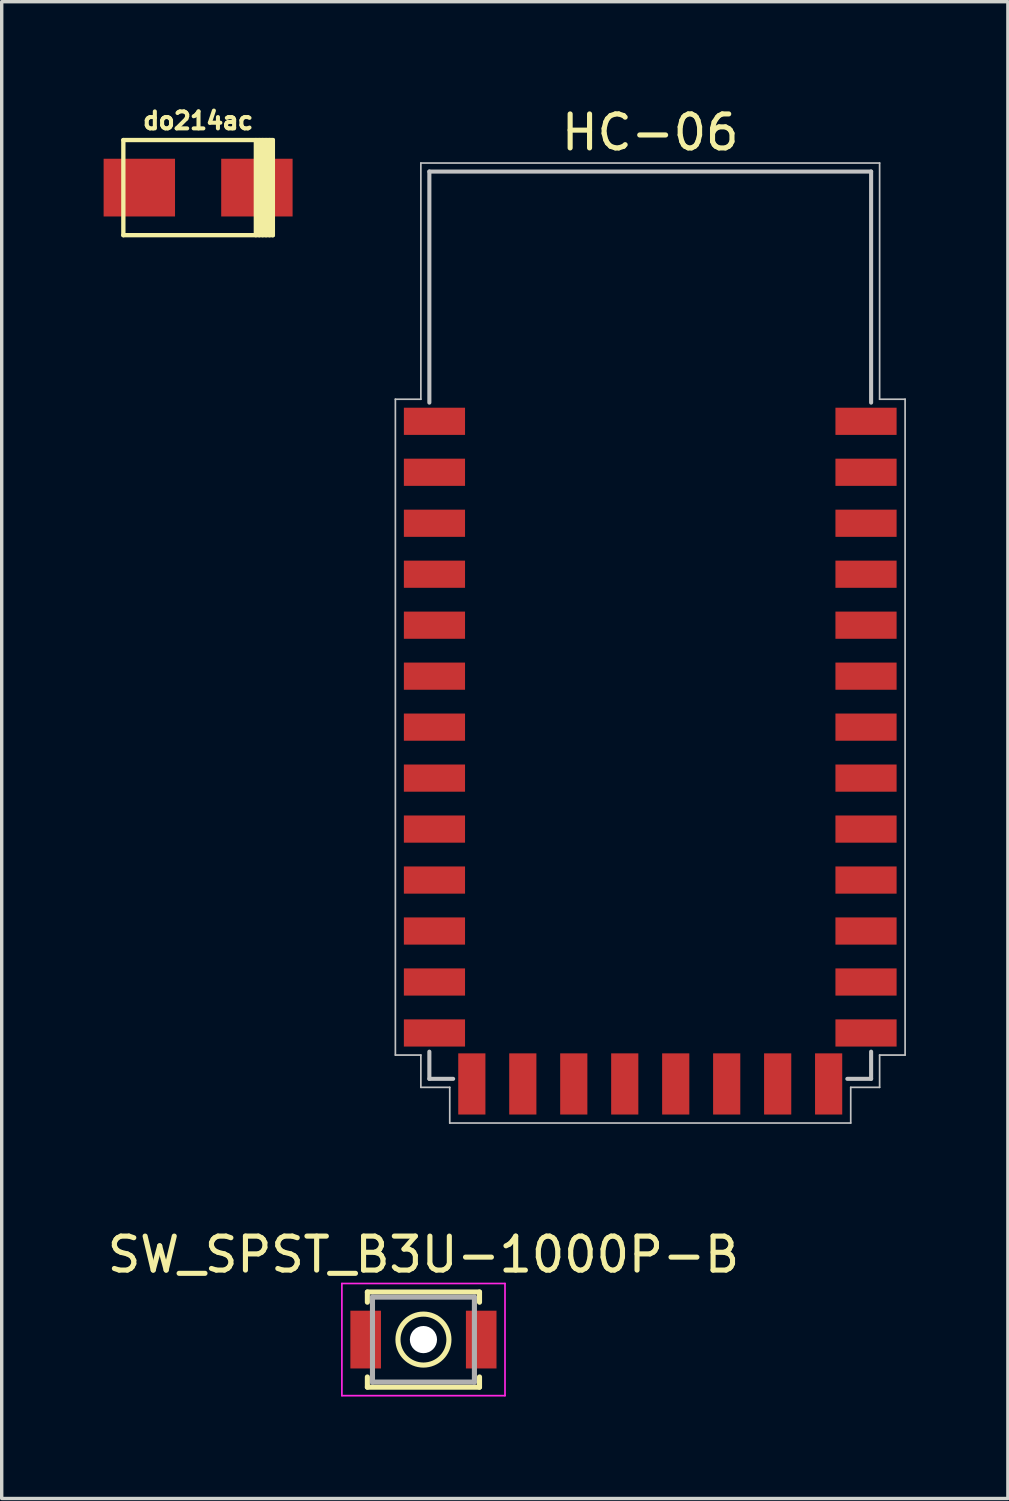
<source format=kicad_pcb>
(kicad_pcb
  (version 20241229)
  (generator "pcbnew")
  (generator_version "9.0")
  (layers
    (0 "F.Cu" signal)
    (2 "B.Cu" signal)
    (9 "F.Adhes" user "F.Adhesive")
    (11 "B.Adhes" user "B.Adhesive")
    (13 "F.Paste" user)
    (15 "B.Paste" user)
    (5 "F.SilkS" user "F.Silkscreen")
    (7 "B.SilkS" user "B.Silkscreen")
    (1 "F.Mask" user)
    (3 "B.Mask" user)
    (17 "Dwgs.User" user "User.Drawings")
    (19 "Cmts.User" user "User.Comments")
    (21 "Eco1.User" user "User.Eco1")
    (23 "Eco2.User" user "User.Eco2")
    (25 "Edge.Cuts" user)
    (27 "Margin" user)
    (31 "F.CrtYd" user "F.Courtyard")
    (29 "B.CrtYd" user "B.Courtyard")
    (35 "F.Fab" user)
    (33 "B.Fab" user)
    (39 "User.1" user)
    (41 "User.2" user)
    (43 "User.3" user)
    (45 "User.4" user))
  (footprint "HC-06"
    (layer "F.Cu")
    (at 16.085 15.348)
    (property "Reference" "HC-06" (at 0 -14.5 0) (layer "F.SilkS") (effects (font (size 1 1) (thickness 0.15))))
    (attr through_hole)
    (fp_line (start -7.5 12.65) (end -7.5 -6.65) (stroke (width 0.05) (type solid)) (layer "Dwgs.User"))
    (fp_line (start -7.5 12.65) (end -6.75 12.65) (stroke (width 0.05) (type solid)) (layer "Dwgs.User"))
    (fp_line (start -6.75 -13.6) (end -6.75 -6.65) (stroke (width 0.05) (type solid)) (layer "Dwgs.User"))
    (fp_line (start -6.75 -6.65) (end -7.5 -6.65) (stroke (width 0.05) (type solid)) (layer "Dwgs.User"))
    (fp_line (start -6.75 12.65) (end -6.75 13.6) (stroke (width 0.05) (type solid)) (layer "Dwgs.User"))
    (fp_line (start -6.75 13.6) (end -5.9 13.6) (stroke (width 0.05) (type solid)) (layer "Dwgs.User"))
    (fp_line (start -6.5 -13.35) (end 6.5 -13.35) (stroke (width 0.12) (type solid)) (layer "Dwgs.User"))
    (fp_line (start -6.5 -6.55) (end -6.5 -13.35) (stroke (width 0.12) (type solid)) (layer "Dwgs.User"))
    (fp_line (start -6.5 12.55) (end -6.5 13.35) (stroke (width 0.12) (type solid)) (layer "Dwgs.User"))
    (fp_line (start -6.5 13.35) (end -5.8 13.35) (stroke (width 0.12) (type solid)) (layer "Dwgs.User"))
    (fp_line (start -5.9 13.6) (end -5.9 14.65) (stroke (width 0.05) (type solid)) (layer "Dwgs.User"))
    (fp_line (start 5.8 13.35) (end 6.5 13.35) (stroke (width 0.12) (type solid)) (layer "Dwgs.User"))
    (fp_line (start 5.9 13.6) (end 6.75 13.6) (stroke (width 0.05) (type solid)) (layer "Dwgs.User"))
    (fp_line (start 5.9 14.65) (end -5.9 14.65) (stroke (width 0.05) (type solid)) (layer "Dwgs.User"))
    (fp_line (start 5.9 14.65) (end 5.9 13.6) (stroke (width 0.05) (type solid)) (layer "Dwgs.User"))
    (fp_line (start 6.5 -13.35) (end 6.5 -6.55) (stroke (width 0.12) (type solid)) (layer "Dwgs.User"))
    (fp_line (start 6.5 13.35) (end 6.5 12.55) (stroke (width 0.12) (type solid)) (layer "Dwgs.User"))
    (fp_line (start 6.75 -13.6) (end -6.75 -13.6) (stroke (width 0.05) (type solid)) (layer "Dwgs.User"))
    (fp_line (start 6.75 -6.65) (end 6.75 -13.6) (stroke (width 0.05) (type solid)) (layer "Dwgs.User"))
    (fp_line (start 6.75 12.65) (end 7.5 12.65) (stroke (width 0.05) (type solid)) (layer "Dwgs.User"))
    (fp_line (start 6.75 13.6) (end 6.75 12.65) (stroke (width 0.05) (type solid)) (layer "Dwgs.User"))
    (fp_line (start 7.5 -6.65) (end 6.75 -6.65) (stroke (width 0.05) (type solid)) (layer "Dwgs.User"))
    (fp_line (start 7.5 -6.65) (end 7.5 12.65) (stroke (width 0.05) (type solid)) (layer "Dwgs.User"))
    (pad "1" smd rect (at -6.35 -6) (size 1.8 0.8) (layers "F.Cu" "F.Mask" "F.Paste"))
    (pad "2" smd rect (at -6.35 -4.5) (size 1.8 0.8) (layers "F.Cu" "F.Mask" "F.Paste"))
    (pad "3" smd rect (at -6.35 -3) (size 1.8 0.8) (layers "F.Cu" "F.Mask" "F.Paste"))
    (pad "4" smd rect (at -6.35 -1.5) (size 1.8 0.8) (layers "F.Cu" "F.Mask" "F.Paste"))
    (pad "5" smd rect (at -6.35 0) (size 1.8 0.8) (layers "F.Cu" "F.Mask" "F.Paste"))
    (pad "6" smd rect (at -6.35 1.5) (size 1.8 0.8) (layers "F.Cu" "F.Mask" "F.Paste"))
    (pad "7" smd rect (at -6.35 3) (size 1.8 0.8) (layers "F.Cu" "F.Mask" "F.Paste"))
    (pad "8" smd rect (at -6.35 4.5) (size 1.8 0.8) (layers "F.Cu" "F.Mask" "F.Paste"))
    (pad "9" smd rect (at -6.35 6) (size 1.8 0.8) (layers "F.Cu" "F.Mask" "F.Paste"))
    (pad "10" smd rect (at -6.35 7.5) (size 1.8 0.8) (layers "F.Cu" "F.Mask" "F.Paste"))
    (pad "11" smd rect (at -6.35 9) (size 1.8 0.8) (layers "F.Cu" "F.Mask" "F.Paste"))
    (pad "12" smd rect (at -6.35 10.5) (size 1.8 0.8) (layers "F.Cu" "F.Mask" "F.Paste"))
    (pad "13" smd rect (at -6.35 12) (size 1.8 0.8) (layers "F.Cu" "F.Mask" "F.Paste"))
    (pad "14" smd rect (at -5.25 13.5) (size 0.8 1.8) (layers "F.Cu" "F.Mask" "F.Paste"))
    (pad "15" smd rect (at -3.75 13.5) (size 0.8 1.8) (layers "F.Cu" "F.Mask" "F.Paste"))
    (pad "16" smd rect (at -2.25 13.5) (size 0.8 1.8) (layers "F.Cu" "F.Mask" "F.Paste"))
    (pad "17" smd rect (at -0.75 13.5) (size 0.8 1.8) (layers "F.Cu" "F.Mask" "F.Paste"))
    (pad "18" smd rect (at 0.75 13.5) (size 0.8 1.8) (layers "F.Cu" "F.Mask" "F.Paste"))
    (pad "19" smd rect (at 2.25 13.5) (size 0.8 1.8) (layers "F.Cu" "F.Mask" "F.Paste"))
    (pad "20" smd rect (at 3.75 13.5) (size 0.8 1.8) (layers "F.Cu" "F.Mask" "F.Paste"))
    (pad "21" smd rect (at 5.25 13.5) (size 0.8 1.8) (layers "F.Cu" "F.Mask" "F.Paste"))
    (pad "22" smd rect (at 6.35 12) (size 1.8 0.8) (layers "F.Cu" "F.Mask" "F.Paste"))
    (pad "23" smd rect (at 6.35 10.5) (size 1.8 0.8) (layers "F.Cu" "F.Mask" "F.Paste"))
    (pad "24" smd rect (at 6.35 9) (size 1.8 0.8) (layers "F.Cu" "F.Mask" "F.Paste"))
    (pad "25" smd rect (at 6.35 7.5) (size 1.8 0.8) (layers "F.Cu" "F.Mask" "F.Paste"))
    (pad "26" smd rect (at 6.35 6) (size 1.8 0.8) (layers "F.Cu" "F.Mask" "F.Paste"))
    (pad "27" smd rect (at 6.35 4.5) (size 1.8 0.8) (layers "F.Cu" "F.Mask" "F.Paste"))
    (pad "28" smd rect (at 6.35 3) (size 1.8 0.8) (layers "F.Cu" "F.Mask" "F.Paste"))
    (pad "29" smd rect (at 6.35 1.5) (size 1.8 0.8) (layers "F.Cu" "F.Mask" "F.Paste"))
    (pad "30" smd rect (at 6.35 0) (size 1.8 0.8) (layers "F.Cu" "F.Mask" "F.Paste"))
    (pad "31" smd rect (at 6.35 -1.5) (size 1.8 0.8) (layers "F.Cu" "F.Mask" "F.Paste"))
    (pad "32" smd rect (at 6.35 -3) (size 1.8 0.8) (layers "F.Cu" "F.Mask" "F.Paste"))
    (pad "33" smd rect (at 6.35 -4.5) (size 1.8 0.8) (layers "F.Cu" "F.Mask" "F.Paste"))
    (pad "34" smd rect (at 6.35 -6) (size 1.8 0.8) (layers "F.Cu" "F.Mask" "F.Paste")))
  (footprint "do214ac"
    (layer "F.Cu")
    (at 2.78 2.471)
    (property "Reference" "do214ac" (at 0 -1.968 0) (layer "F.SilkS") (effects (font (size 0.5 0.5) (thickness 0.119))))
    (attr through_hole)
    (fp_line (start -2.2 -1.4) (end -2.2 1.4) (stroke (width 0.127) (type solid)) (layer "F.SilkS"))
    (fp_line (start -2.2 1.4) (end 2.2 1.4) (stroke (width 0.127) (type solid)) (layer "F.SilkS"))
    (fp_line (start 1.699 -1.4) (end 1.699 1.4) (stroke (width 0.127) (type solid)) (layer "F.SilkS"))
    (fp_line (start 1.801 -1.4) (end 1.801 1.4) (stroke (width 0.127) (type solid)) (layer "F.SilkS"))
    (fp_line (start 1.9 1.4) (end 1.9 -1.4) (stroke (width 0.127) (type solid)) (layer "F.SilkS"))
    (fp_line (start 1.999 -1.4) (end 1.999 1.4) (stroke (width 0.127) (type solid)) (layer "F.SilkS"))
    (fp_line (start 2.101 1.4) (end 2.101 -1.4) (stroke (width 0.127) (type solid)) (layer "F.SilkS"))
    (fp_line (start 2.2 -1.4) (end -2.2 -1.4) (stroke (width 0.127) (type solid)) (layer "F.SilkS"))
    (fp_line (start 2.2 1.4) (end 2.2 -1.4) (stroke (width 0.127) (type solid)) (layer "F.SilkS"))
    (pad "1" smd rect (at -1.73 0) (size 2.101 1.699) (layers "F.Cu" "F.Mask" "F.Paste"))
    (pad "2" smd rect (at 1.73 0) (size 2.101 1.699) (layers "F.Cu" "F.Mask" "F.Paste")))
  (footprint "SW_SPST_B3U-1000P-B"
    (layer "F.Cu")
    (at 9.411 36.371)
    (property "Reference" "SW_SPST_B3U-1000P-B" (at 0 -2.5 0) (layer "F.SilkS") (effects (font (size 1 1) (thickness 0.15))))
    (attr smd)
    (fp_line (start -1.65 -1.4) (end 1.65 -1.4) (stroke (width 0.15) (type solid)) (layer "F.SilkS"))
    (fp_line (start -1.65 -1.1) (end -1.65 -1.4) (stroke (width 0.15) (type solid)) (layer "F.SilkS"))
    (fp_line (start -1.65 1.1) (end -1.65 1.4) (stroke (width 0.15) (type solid)) (layer "F.SilkS"))
    (fp_line (start -1.65 1.4) (end 1.65 1.4) (stroke (width 0.15) (type solid)) (layer "F.SilkS"))
    (fp_line (start 1.65 -1.4) (end 1.65 -1.1) (stroke (width 0.15) (type solid)) (layer "F.SilkS"))
    (fp_line (start 1.65 1.4) (end 1.65 1.1) (stroke (width 0.15) (type solid)) (layer "F.SilkS"))
    (fp_circle (center 0 0) (end 0.75 0) (stroke (width 0.15) (type solid)) (fill no) (layer "F.SilkS"))
    (fp_line (start -2.4 -1.65) (end -2.4 1.65) (stroke (width 0.05) (type solid)) (layer "F.CrtYd"))
    (fp_line (start -2.4 1.65) (end 2.4 1.65) (stroke (width 0.05) (type solid)) (layer "F.CrtYd"))
    (fp_line (start 2.4 -1.65) (end -2.4 -1.65) (stroke (width 0.05) (type solid)) (layer "F.CrtYd"))
    (fp_line (start 2.4 1.65) (end 2.4 -1.65) (stroke (width 0.05) (type solid)) (layer "F.CrtYd"))
    (fp_line (start -1.5 -1.25) (end 1.5 -1.25) (stroke (width 0.15) (type solid)) (layer "F.Fab"))
    (fp_line (start -1.5 1.25) (end -1.5 -1.25) (stroke (width 0.15) (type solid)) (layer "F.Fab"))
    (fp_line (start 1.5 -1.25) (end 1.5 1.25) (stroke (width 0.15) (type solid)) (layer "F.Fab"))
    (fp_line (start 1.5 1.25) (end -1.5 1.25) (stroke (width 0.15) (type solid)) (layer "F.Fab"))
    (pad "" np_thru_hole circle (at 0 0) (size 0.8 0.8) (drill 0.8) (layers "*.Cu" "*.Mask"))
    (pad "1" smd rect (at -1.7 0) (size 0.9 1.7) (layers "F.Cu" "F.Mask" "F.Paste"))
    (pad "2" smd rect (at 1.7 0) (size 0.9 1.7) (layers "F.Cu" "F.Mask" "F.Paste")))
  (gr_rect
    (start -3 -3)
    (end 26.61 41.047)
    (stroke (width 0.1) (type default))
    (fill no)
    (layer "Edge.Cuts")))
</source>
